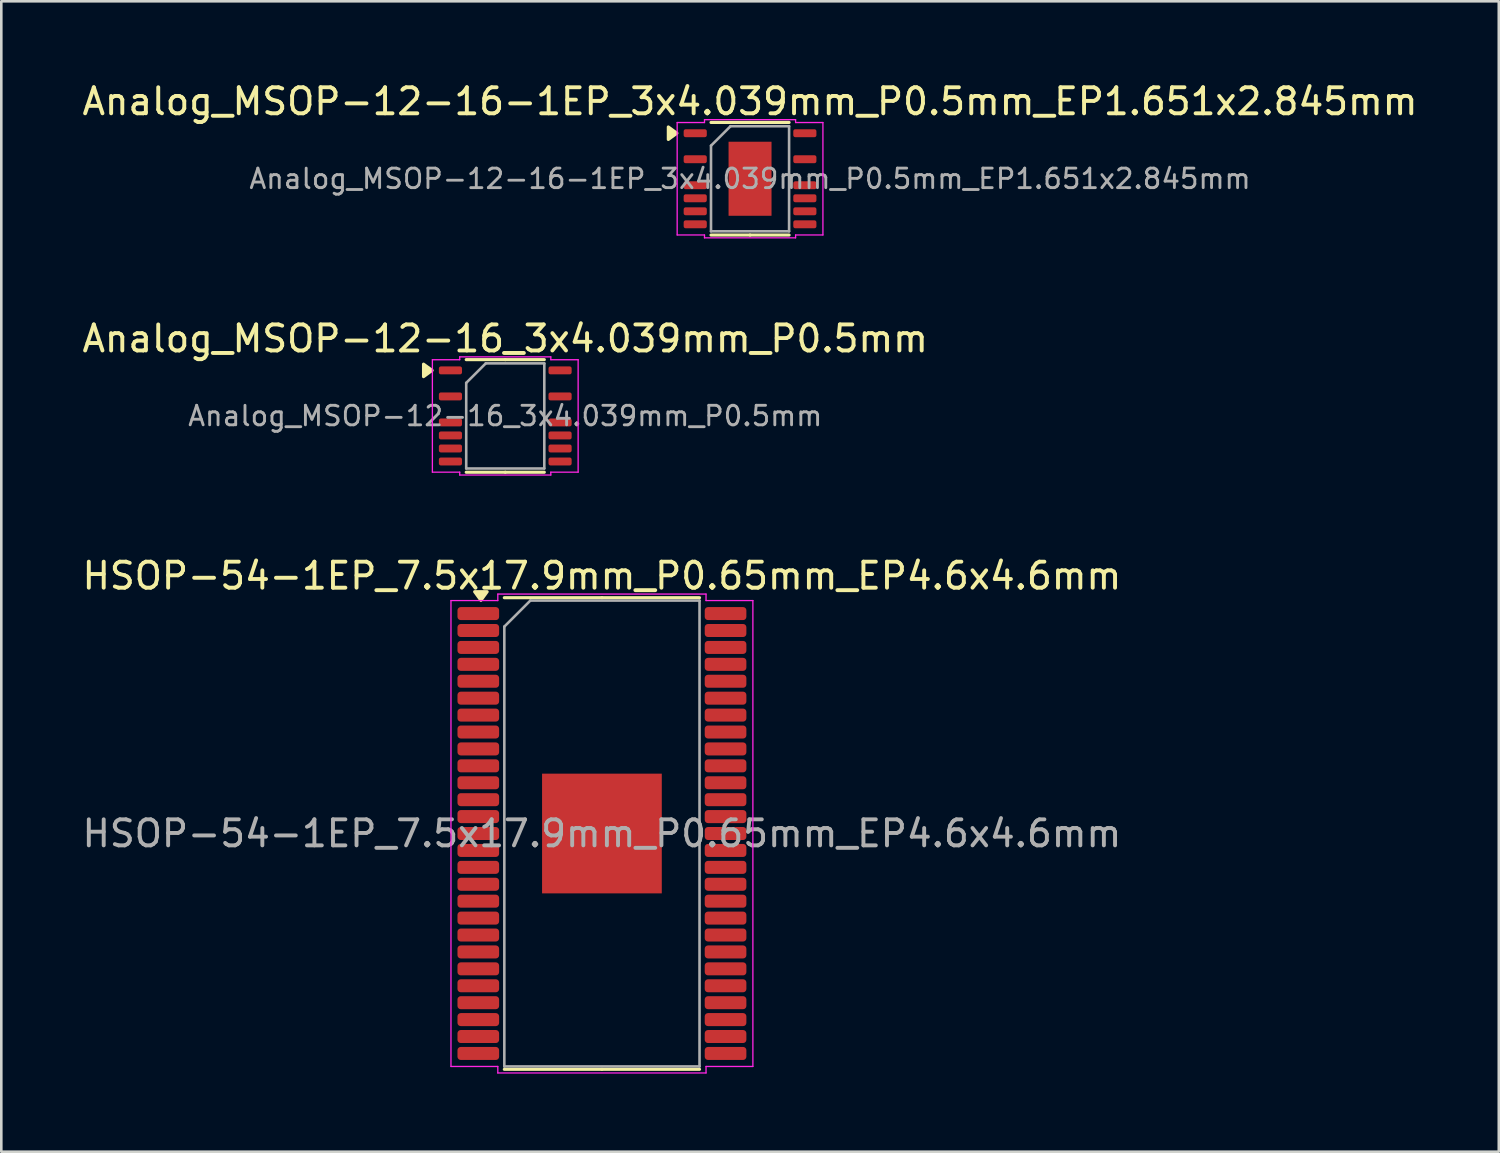
<source format=kicad_pcb>
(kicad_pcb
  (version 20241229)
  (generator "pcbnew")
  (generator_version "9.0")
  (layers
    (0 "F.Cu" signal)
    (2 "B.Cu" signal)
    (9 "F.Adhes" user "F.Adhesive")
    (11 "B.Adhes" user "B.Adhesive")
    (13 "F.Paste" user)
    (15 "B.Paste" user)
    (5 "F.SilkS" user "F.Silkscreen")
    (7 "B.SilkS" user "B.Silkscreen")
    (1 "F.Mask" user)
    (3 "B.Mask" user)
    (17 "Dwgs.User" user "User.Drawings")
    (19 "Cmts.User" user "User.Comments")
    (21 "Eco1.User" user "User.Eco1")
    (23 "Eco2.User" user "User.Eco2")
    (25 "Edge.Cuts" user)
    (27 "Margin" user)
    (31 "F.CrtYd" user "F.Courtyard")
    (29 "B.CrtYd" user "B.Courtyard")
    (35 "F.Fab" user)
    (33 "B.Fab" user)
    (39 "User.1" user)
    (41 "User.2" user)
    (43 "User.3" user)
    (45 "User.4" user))
  (footprint "Analog_MSOP-12-16-1EP_3x4.039mm_P0.5mm_EP1.651x2.845mm"
    (layer "F.Cu")
    (at 25.768 3.818)
    (property "Reference" "Analog_MSOP-12-16-1EP_3x4.039mm_P0.5mm_EP1.651x2.845mm" (at 0 -2.97 0) (layer "F.SilkS") (effects (font (size 1 1) (thickness 0.15))))
    (attr smd)
    (fp_line (start 0 -2.163) (end -1.5 -2.163) (stroke (width 0.12) (type solid)) (layer "F.SilkS"))
    (fp_line (start 0 -2.163) (end 1.5 -2.163) (stroke (width 0.12) (type solid)) (layer "F.SilkS"))
    (fp_line (start 0 2.163) (end -1.5 2.163) (stroke (width 0.12) (type solid)) (layer "F.SilkS"))
    (fp_line (start 0 2.163) (end 1.5 2.163) (stroke (width 0.12) (type solid)) (layer "F.SilkS"))
    (fp_poly (pts (xy -2.81 -1.75) (xy -3.14 -1.51) (xy -3.14 -1.99)) (stroke (width 0.12) (type solid)) (fill yes) (layer "F.SilkS"))
    (fp_line (start -2.8 -2.16) (end -1.75 -2.16) (stroke (width 0.05) (type solid)) (layer "F.CrtYd"))
    (fp_line (start -2.8 2.16) (end -2.8 -2.16) (stroke (width 0.05) (type solid)) (layer "F.CrtYd"))
    (fp_line (start -1.75 -2.27) (end 1.75 -2.27) (stroke (width 0.05) (type solid)) (layer "F.CrtYd"))
    (fp_line (start -1.75 -2.16) (end -1.75 -2.27) (stroke (width 0.05) (type solid)) (layer "F.CrtYd"))
    (fp_line (start -1.75 2.16) (end -2.8 2.16) (stroke (width 0.05) (type solid)) (layer "F.CrtYd"))
    (fp_line (start -1.75 2.27) (end -1.75 2.16) (stroke (width 0.05) (type solid)) (layer "F.CrtYd"))
    (fp_line (start 1.75 -2.27) (end 1.75 -2.16) (stroke (width 0.05) (type solid)) (layer "F.CrtYd"))
    (fp_line (start 1.75 -2.16) (end 2.8 -2.16) (stroke (width 0.05) (type solid)) (layer "F.CrtYd"))
    (fp_line (start 1.75 2.16) (end 1.75 2.27) (stroke (width 0.05) (type solid)) (layer "F.CrtYd"))
    (fp_line (start 1.75 2.27) (end -1.75 2.27) (stroke (width 0.05) (type solid)) (layer "F.CrtYd"))
    (fp_line (start 2.8 -2.16) (end 2.8 2.16) (stroke (width 0.05) (type solid)) (layer "F.CrtYd"))
    (fp_line (start 2.8 2.16) (end 1.75 2.16) (stroke (width 0.05) (type solid)) (layer "F.CrtYd"))
    (fp_line (start -1.5 -1.27) (end -0.75 -2.019) (stroke (width 0.1) (type solid)) (layer "F.Fab"))
    (fp_line (start -1.5 2.019) (end -1.5 -1.27) (stroke (width 0.1) (type solid)) (layer "F.Fab"))
    (fp_line (start -0.75 -2.019) (end 1.5 -2.019) (stroke (width 0.1) (type solid)) (layer "F.Fab"))
    (fp_line (start 1.5 -2.019) (end 1.5 2.019) (stroke (width 0.1) (type solid)) (layer "F.Fab"))
    (fp_line (start 1.5 2.019) (end -1.5 2.019) (stroke (width 0.1) (type solid)) (layer "F.Fab"))
    (fp_text user "${REFERENCE}" (at 0 0 0) (layer "F.Fab") (effects (font (size 0.75 0.75) (thickness 0.11))))
    (pad "" smd roundrect (at -0.415 -0.71) (size 0.69 1.19) (layers "F.Paste") (roundrect_rratio 0.25))
    (pad "" smd roundrect (at -0.415 0.71) (size 0.69 1.19) (layers "F.Paste") (roundrect_rratio 0.25))
    (pad "" smd roundrect (at 0.415 -0.71) (size 0.69 1.19) (layers "F.Paste") (roundrect_rratio 0.25))
    (pad "" smd roundrect (at 0.415 0.71) (size 0.69 1.19) (layers "F.Paste") (roundrect_rratio 0.25))
    (pad "1" smd roundrect (at -2.106 -1.75) (size 0.889 0.305) (layers "F.Cu" "F.Mask" "F.Paste") (roundrect_rratio 0.25))
    (pad "3" smd roundrect (at -2.106 -0.75) (size 0.889 0.305) (layers "F.Cu" "F.Mask" "F.Paste") (roundrect_rratio 0.25))
    (pad "5" smd roundrect (at -2.106 0.25) (size 0.889 0.305) (layers "F.Cu" "F.Mask" "F.Paste") (roundrect_rratio 0.25))
    (pad "6" smd roundrect (at -2.106 0.75) (size 0.889 0.305) (layers "F.Cu" "F.Mask" "F.Paste") (roundrect_rratio 0.25))
    (pad "7" smd roundrect (at -2.106 1.25) (size 0.889 0.305) (layers "F.Cu" "F.Mask" "F.Paste") (roundrect_rratio 0.25))
    (pad "8" smd roundrect (at -2.106 1.75) (size 0.889 0.305) (layers "F.Cu" "F.Mask" "F.Paste") (roundrect_rratio 0.25))
    (pad "9" smd roundrect (at 2.106 1.75) (size 0.889 0.305) (layers "F.Cu" "F.Mask" "F.Paste") (roundrect_rratio 0.25))
    (pad "10" smd roundrect (at 2.106 1.25) (size 0.889 0.305) (layers "F.Cu" "F.Mask" "F.Paste") (roundrect_rratio 0.25))
    (pad "11" smd roundrect (at 2.106 0.75) (size 0.889 0.305) (layers "F.Cu" "F.Mask" "F.Paste") (roundrect_rratio 0.25))
    (pad "12" smd roundrect (at 2.106 0.25) (size 0.889 0.305) (layers "F.Cu" "F.Mask" "F.Paste") (roundrect_rratio 0.25))
    (pad "14" smd roundrect (at 2.106 -0.75) (size 0.889 0.305) (layers "F.Cu" "F.Mask" "F.Paste") (roundrect_rratio 0.25))
    (pad "16" smd roundrect (at 2.106 -1.75) (size 0.889 0.305) (layers "F.Cu" "F.Mask" "F.Paste") (roundrect_rratio 0.25))
    (pad "17" smd rect (at 0 0) (size 1.651 2.845) (property pad_prop_heatsink) (layers "F.Cu" "F.Mask")))
  (footprint "HSOP-54-1EP_7.5x17.9mm_P0.65mm_EP4.6x4.6mm"
    (layer "F.Cu")
    (at 20.077 28.975)
    (property "Reference" "HSOP-54-1EP_7.5x17.9mm_P0.65mm_EP4.6x4.6mm" (at 0 -9.9 0) (layer "F.SilkS") (effects (font (size 1 1) (thickness 0.15))))
    (attr smd)
    (fp_line (start 0 -9.06) (end -3.75 -9.06) (stroke (width 0.12) (type solid)) (layer "F.SilkS"))
    (fp_line (start 0 -9.06) (end 3.75 -9.06) (stroke (width 0.12) (type solid)) (layer "F.SilkS"))
    (fp_line (start 0 9.06) (end -3.75 9.06) (stroke (width 0.12) (type solid)) (layer "F.SilkS"))
    (fp_line (start 0 9.06) (end 3.75 9.06) (stroke (width 0.12) (type solid)) (layer "F.SilkS"))
    (fp_poly (pts (xy -4.65 -8.96) (xy -4.89 -9.29) (xy -4.41 -9.29)) (stroke (width 0.12) (type solid)) (fill yes) (layer "F.SilkS"))
    (fp_line (start -5.8 -8.95) (end -4 -8.95) (stroke (width 0.05) (type solid)) (layer "F.CrtYd"))
    (fp_line (start -5.8 8.95) (end -5.8 -8.95) (stroke (width 0.05) (type solid)) (layer "F.CrtYd"))
    (fp_line (start -4 -9.2) (end 4 -9.2) (stroke (width 0.05) (type solid)) (layer "F.CrtYd"))
    (fp_line (start -4 -8.95) (end -4 -9.2) (stroke (width 0.05) (type solid)) (layer "F.CrtYd"))
    (fp_line (start -4 8.95) (end -5.8 8.95) (stroke (width 0.05) (type solid)) (layer "F.CrtYd"))
    (fp_line (start -4 9.2) (end -4 8.95) (stroke (width 0.05) (type solid)) (layer "F.CrtYd"))
    (fp_line (start 4 -9.2) (end 4 -8.95) (stroke (width 0.05) (type solid)) (layer "F.CrtYd"))
    (fp_line (start 4 -8.95) (end 5.8 -8.95) (stroke (width 0.05) (type solid)) (layer "F.CrtYd"))
    (fp_line (start 4 8.95) (end 4 9.2) (stroke (width 0.05) (type solid)) (layer "F.CrtYd"))
    (fp_line (start 4 9.2) (end -4 9.2) (stroke (width 0.05) (type solid)) (layer "F.CrtYd"))
    (fp_line (start 5.8 -8.95) (end 5.8 8.95) (stroke (width 0.05) (type solid)) (layer "F.CrtYd"))
    (fp_line (start 5.8 8.95) (end 4 8.95) (stroke (width 0.05) (type solid)) (layer "F.CrtYd"))
    (fp_line (start -3.75 -7.95) (end -2.75 -8.95) (stroke (width 0.1) (type solid)) (layer "F.Fab"))
    (fp_line (start -3.75 8.95) (end -3.75 -7.95) (stroke (width 0.1) (type solid)) (layer "F.Fab"))
    (fp_line (start -2.75 -8.95) (end 3.75 -8.95) (stroke (width 0.1) (type solid)) (layer "F.Fab"))
    (fp_line (start 3.75 -8.95) (end 3.75 8.95) (stroke (width 0.1) (type solid)) (layer "F.Fab"))
    (fp_line (start 3.75 8.95) (end -3.75 8.95) (stroke (width 0.1) (type solid)) (layer "F.Fab"))
    (fp_text user "${REFERENCE}" (at 0 0 0) (layer "F.Fab") (effects (font (size 1 1) (thickness 0.15))))
    (pad "" smd roundrect (at -1.15 -1.15) (size 1.85 1.85) (layers "F.Paste") (roundrect_rratio 0.135))
    (pad "" smd roundrect (at -1.15 1.15) (size 1.85 1.85) (layers "F.Paste") (roundrect_rratio 0.135))
    (pad "" smd roundrect (at 1.15 -1.15) (size 1.85 1.85) (layers "F.Paste") (roundrect_rratio 0.135))
    (pad "" smd roundrect (at 1.15 1.15) (size 1.85 1.85) (layers "F.Paste") (roundrect_rratio 0.135))
    (pad "1" smd roundrect (at -4.75 -8.45) (size 1.6 0.5) (layers "F.Cu" "F.Mask" "F.Paste") (roundrect_rratio 0.25))
    (pad "2" smd roundrect (at -4.75 -7.8) (size 1.6 0.5) (layers "F.Cu" "F.Mask" "F.Paste") (roundrect_rratio 0.25))
    (pad "3" smd roundrect (at -4.75 -7.15) (size 1.6 0.5) (layers "F.Cu" "F.Mask" "F.Paste") (roundrect_rratio 0.25))
    (pad "4" smd roundrect (at -4.75 -6.5) (size 1.6 0.5) (layers "F.Cu" "F.Mask" "F.Paste") (roundrect_rratio 0.25))
    (pad "5" smd roundrect (at -4.75 -5.85) (size 1.6 0.5) (layers "F.Cu" "F.Mask" "F.Paste") (roundrect_rratio 0.25))
    (pad "6" smd roundrect (at -4.75 -5.2) (size 1.6 0.5) (layers "F.Cu" "F.Mask" "F.Paste") (roundrect_rratio 0.25))
    (pad "7" smd roundrect (at -4.75 -4.55) (size 1.6 0.5) (layers "F.Cu" "F.Mask" "F.Paste") (roundrect_rratio 0.25))
    (pad "8" smd roundrect (at -4.75 -3.9) (size 1.6 0.5) (layers "F.Cu" "F.Mask" "F.Paste") (roundrect_rratio 0.25))
    (pad "9" smd roundrect (at -4.75 -3.25) (size 1.6 0.5) (layers "F.Cu" "F.Mask" "F.Paste") (roundrect_rratio 0.25))
    (pad "10" smd roundrect (at -4.75 -2.6) (size 1.6 0.5) (layers "F.Cu" "F.Mask" "F.Paste") (roundrect_rratio 0.25))
    (pad "11" smd roundrect (at -4.75 -1.95) (size 1.6 0.5) (layers "F.Cu" "F.Mask" "F.Paste") (roundrect_rratio 0.25))
    (pad "12" smd roundrect (at -4.75 -1.3) (size 1.6 0.5) (layers "F.Cu" "F.Mask" "F.Paste") (roundrect_rratio 0.25))
    (pad "13" smd roundrect (at -4.75 -0.65) (size 1.6 0.5) (layers "F.Cu" "F.Mask" "F.Paste") (roundrect_rratio 0.25))
    (pad "14" smd roundrect (at -4.75 0) (size 1.6 0.5) (layers "F.Cu" "F.Mask" "F.Paste") (roundrect_rratio 0.25))
    (pad "15" smd roundrect (at -4.75 0.65) (size 1.6 0.5) (layers "F.Cu" "F.Mask" "F.Paste") (roundrect_rratio 0.25))
    (pad "16" smd roundrect (at -4.75 1.3) (size 1.6 0.5) (layers "F.Cu" "F.Mask" "F.Paste") (roundrect_rratio 0.25))
    (pad "17" smd roundrect (at -4.75 1.95) (size 1.6 0.5) (layers "F.Cu" "F.Mask" "F.Paste") (roundrect_rratio 0.25))
    (pad "18" smd roundrect (at -4.75 2.6) (size 1.6 0.5) (layers "F.Cu" "F.Mask" "F.Paste") (roundrect_rratio 0.25))
    (pad "19" smd roundrect (at -4.75 3.25) (size 1.6 0.5) (layers "F.Cu" "F.Mask" "F.Paste") (roundrect_rratio 0.25))
    (pad "20" smd roundrect (at -4.75 3.9) (size 1.6 0.5) (layers "F.Cu" "F.Mask" "F.Paste") (roundrect_rratio 0.25))
    (pad "21" smd roundrect (at -4.75 4.55) (size 1.6 0.5) (layers "F.Cu" "F.Mask" "F.Paste") (roundrect_rratio 0.25))
    (pad "22" smd roundrect (at -4.75 5.2) (size 1.6 0.5) (layers "F.Cu" "F.Mask" "F.Paste") (roundrect_rratio 0.25))
    (pad "23" smd roundrect (at -4.75 5.85) (size 1.6 0.5) (layers "F.Cu" "F.Mask" "F.Paste") (roundrect_rratio 0.25))
    (pad "24" smd roundrect (at -4.75 6.5) (size 1.6 0.5) (layers "F.Cu" "F.Mask" "F.Paste") (roundrect_rratio 0.25))
    (pad "25" smd roundrect (at -4.75 7.15) (size 1.6 0.5) (layers "F.Cu" "F.Mask" "F.Paste") (roundrect_rratio 0.25))
    (pad "26" smd roundrect (at -4.75 7.8) (size 1.6 0.5) (layers "F.Cu" "F.Mask" "F.Paste") (roundrect_rratio 0.25))
    (pad "27" smd roundrect (at -4.75 8.45) (size 1.6 0.5) (layers "F.Cu" "F.Mask" "F.Paste") (roundrect_rratio 0.25))
    (pad "28" smd roundrect (at 4.75 8.45) (size 1.6 0.5) (layers "F.Cu" "F.Mask" "F.Paste") (roundrect_rratio 0.25))
    (pad "29" smd roundrect (at 4.75 7.8) (size 1.6 0.5) (layers "F.Cu" "F.Mask" "F.Paste") (roundrect_rratio 0.25))
    (pad "30" smd roundrect (at 4.75 7.15) (size 1.6 0.5) (layers "F.Cu" "F.Mask" "F.Paste") (roundrect_rratio 0.25))
    (pad "31" smd roundrect (at 4.75 6.5) (size 1.6 0.5) (layers "F.Cu" "F.Mask" "F.Paste") (roundrect_rratio 0.25))
    (pad "32" smd roundrect (at 4.75 5.85) (size 1.6 0.5) (layers "F.Cu" "F.Mask" "F.Paste") (roundrect_rratio 0.25))
    (pad "33" smd roundrect (at 4.75 5.2) (size 1.6 0.5) (layers "F.Cu" "F.Mask" "F.Paste") (roundrect_rratio 0.25))
    (pad "34" smd roundrect (at 4.75 4.55) (size 1.6 0.5) (layers "F.Cu" "F.Mask" "F.Paste") (roundrect_rratio 0.25))
    (pad "35" smd roundrect (at 4.75 3.9) (size 1.6 0.5) (layers "F.Cu" "F.Mask" "F.Paste") (roundrect_rratio 0.25))
    (pad "36" smd roundrect (at 4.75 3.25) (size 1.6 0.5) (layers "F.Cu" "F.Mask" "F.Paste") (roundrect_rratio 0.25))
    (pad "37" smd roundrect (at 4.75 2.6) (size 1.6 0.5) (layers "F.Cu" "F.Mask" "F.Paste") (roundrect_rratio 0.25))
    (pad "38" smd roundrect (at 4.75 1.95) (size 1.6 0.5) (layers "F.Cu" "F.Mask" "F.Paste") (roundrect_rratio 0.25))
    (pad "39" smd roundrect (at 4.75 1.3) (size 1.6 0.5) (layers "F.Cu" "F.Mask" "F.Paste") (roundrect_rratio 0.25))
    (pad "40" smd roundrect (at 4.75 0.65) (size 1.6 0.5) (layers "F.Cu" "F.Mask" "F.Paste") (roundrect_rratio 0.25))
    (pad "41" smd roundrect (at 4.75 0) (size 1.6 0.5) (layers "F.Cu" "F.Mask" "F.Paste") (roundrect_rratio 0.25))
    (pad "42" smd roundrect (at 4.75 -0.65) (size 1.6 0.5) (layers "F.Cu" "F.Mask" "F.Paste") (roundrect_rratio 0.25))
    (pad "43" smd roundrect (at 4.75 -1.3) (size 1.6 0.5) (layers "F.Cu" "F.Mask" "F.Paste") (roundrect_rratio 0.25))
    (pad "44" smd roundrect (at 4.75 -1.95) (size 1.6 0.5) (layers "F.Cu" "F.Mask" "F.Paste") (roundrect_rratio 0.25))
    (pad "45" smd roundrect (at 4.75 -2.6) (size 1.6 0.5) (layers "F.Cu" "F.Mask" "F.Paste") (roundrect_rratio 0.25))
    (pad "46" smd roundrect (at 4.75 -3.25) (size 1.6 0.5) (layers "F.Cu" "F.Mask" "F.Paste") (roundrect_rratio 0.25))
    (pad "47" smd roundrect (at 4.75 -3.9) (size 1.6 0.5) (layers "F.Cu" "F.Mask" "F.Paste") (roundrect_rratio 0.25))
    (pad "48" smd roundrect (at 4.75 -4.55) (size 1.6 0.5) (layers "F.Cu" "F.Mask" "F.Paste") (roundrect_rratio 0.25))
    (pad "49" smd roundrect (at 4.75 -5.2) (size 1.6 0.5) (layers "F.Cu" "F.Mask" "F.Paste") (roundrect_rratio 0.25))
    (pad "50" smd roundrect (at 4.75 -5.85) (size 1.6 0.5) (layers "F.Cu" "F.Mask" "F.Paste") (roundrect_rratio 0.25))
    (pad "51" smd roundrect (at 4.75 -6.5) (size 1.6 0.5) (layers "F.Cu" "F.Mask" "F.Paste") (roundrect_rratio 0.25))
    (pad "52" smd roundrect (at 4.75 -7.15) (size 1.6 0.5) (layers "F.Cu" "F.Mask" "F.Paste") (roundrect_rratio 0.25))
    (pad "53" smd roundrect (at 4.75 -7.8) (size 1.6 0.5) (layers "F.Cu" "F.Mask" "F.Paste") (roundrect_rratio 0.25))
    (pad "54" smd roundrect (at 4.75 -8.45) (size 1.6 0.5) (layers "F.Cu" "F.Mask" "F.Paste") (roundrect_rratio 0.25))
    (pad "55" smd rect (at 0 0) (size 4.6 4.6) (property pad_prop_heatsink) (layers "F.Cu" "F.Mask")))
  (footprint "Analog_MSOP-12-16_3x4.039mm_P0.5mm"
    (layer "F.Cu")
    (at 16.363 12.931)
    (property "Reference" "Analog_MSOP-12-16_3x4.039mm_P0.5mm" (at 0 -2.97 0) (layer "F.SilkS") (effects (font (size 1 1) (thickness 0.15))))
    (attr smd)
    (fp_line (start 0 -2.163) (end -1.5 -2.163) (stroke (width 0.12) (type solid)) (layer "F.SilkS"))
    (fp_line (start 0 -2.163) (end 1.5 -2.163) (stroke (width 0.12) (type solid)) (layer "F.SilkS"))
    (fp_line (start 0 2.163) (end -1.5 2.163) (stroke (width 0.12) (type solid)) (layer "F.SilkS"))
    (fp_line (start 0 2.163) (end 1.5 2.163) (stroke (width 0.12) (type solid)) (layer "F.SilkS"))
    (fp_poly (pts (xy -2.81 -1.75) (xy -3.14 -1.51) (xy -3.14 -1.99)) (stroke (width 0.12) (type solid)) (fill yes) (layer "F.SilkS"))
    (fp_line (start -2.8 -2.16) (end -1.75 -2.16) (stroke (width 0.05) (type solid)) (layer "F.CrtYd"))
    (fp_line (start -2.8 2.16) (end -2.8 -2.16) (stroke (width 0.05) (type solid)) (layer "F.CrtYd"))
    (fp_line (start -1.75 -2.27) (end 1.75 -2.27) (stroke (width 0.05) (type solid)) (layer "F.CrtYd"))
    (fp_line (start -1.75 -2.16) (end -1.75 -2.27) (stroke (width 0.05) (type solid)) (layer "F.CrtYd"))
    (fp_line (start -1.75 2.16) (end -2.8 2.16) (stroke (width 0.05) (type solid)) (layer "F.CrtYd"))
    (fp_line (start -1.75 2.27) (end -1.75 2.16) (stroke (width 0.05) (type solid)) (layer "F.CrtYd"))
    (fp_line (start 1.75 -2.27) (end 1.75 -2.16) (stroke (width 0.05) (type solid)) (layer "F.CrtYd"))
    (fp_line (start 1.75 -2.16) (end 2.8 -2.16) (stroke (width 0.05) (type solid)) (layer "F.CrtYd"))
    (fp_line (start 1.75 2.16) (end 1.75 2.27) (stroke (width 0.05) (type solid)) (layer "F.CrtYd"))
    (fp_line (start 1.75 2.27) (end -1.75 2.27) (stroke (width 0.05) (type solid)) (layer "F.CrtYd"))
    (fp_line (start 2.8 -2.16) (end 2.8 2.16) (stroke (width 0.05) (type solid)) (layer "F.CrtYd"))
    (fp_line (start 2.8 2.16) (end 1.75 2.16) (stroke (width 0.05) (type solid)) (layer "F.CrtYd"))
    (fp_line (start -1.5 -1.27) (end -0.75 -2.019) (stroke (width 0.1) (type solid)) (layer "F.Fab"))
    (fp_line (start -1.5 2.019) (end -1.5 -1.27) (stroke (width 0.1) (type solid)) (layer "F.Fab"))
    (fp_line (start -0.75 -2.019) (end 1.5 -2.019) (stroke (width 0.1) (type solid)) (layer "F.Fab"))
    (fp_line (start 1.5 -2.019) (end 1.5 2.019) (stroke (width 0.1) (type solid)) (layer "F.Fab"))
    (fp_line (start 1.5 2.019) (end -1.5 2.019) (stroke (width 0.1) (type solid)) (layer "F.Fab"))
    (fp_text user "${REFERENCE}" (at 0 0 0) (layer "F.Fab") (effects (font (size 0.75 0.75) (thickness 0.11))))
    (pad "1" smd roundrect (at -2.106 -1.75) (size 0.889 0.305) (layers "F.Cu" "F.Mask" "F.Paste") (roundrect_rratio 0.25))
    (pad "3" smd roundrect (at -2.106 -0.75) (size 0.889 0.305) (layers "F.Cu" "F.Mask" "F.Paste") (roundrect_rratio 0.25))
    (pad "5" smd roundrect (at -2.106 0.25) (size 0.889 0.305) (layers "F.Cu" "F.Mask" "F.Paste") (roundrect_rratio 0.25))
    (pad "6" smd roundrect (at -2.106 0.75) (size 0.889 0.305) (layers "F.Cu" "F.Mask" "F.Paste") (roundrect_rratio 0.25))
    (pad "7" smd roundrect (at -2.106 1.25) (size 0.889 0.305) (layers "F.Cu" "F.Mask" "F.Paste") (roundrect_rratio 0.25))
    (pad "8" smd roundrect (at -2.106 1.75) (size 0.889 0.305) (layers "F.Cu" "F.Mask" "F.Paste") (roundrect_rratio 0.25))
    (pad "9" smd roundrect (at 2.106 1.75) (size 0.889 0.305) (layers "F.Cu" "F.Mask" "F.Paste") (roundrect_rratio 0.25))
    (pad "10" smd roundrect (at 2.106 1.25) (size 0.889 0.305) (layers "F.Cu" "F.Mask" "F.Paste") (roundrect_rratio 0.25))
    (pad "11" smd roundrect (at 2.106 0.75) (size 0.889 0.305) (layers "F.Cu" "F.Mask" "F.Paste") (roundrect_rratio 0.25))
    (pad "12" smd roundrect (at 2.106 0.25) (size 0.889 0.305) (layers "F.Cu" "F.Mask" "F.Paste") (roundrect_rratio 0.25))
    (pad "14" smd roundrect (at 2.106 -0.75) (size 0.889 0.305) (layers "F.Cu" "F.Mask" "F.Paste") (roundrect_rratio 0.25))
    (pad "16" smd roundrect (at 2.106 -1.75) (size 0.889 0.305) (layers "F.Cu" "F.Mask" "F.Paste") (roundrect_rratio 0.25)))
  (gr_rect
    (start -3 -3)
    (end 54.536 41.2)
    (stroke (width 0.1) (type default))
    (fill no)
    (layer "Edge.Cuts")))
</source>
